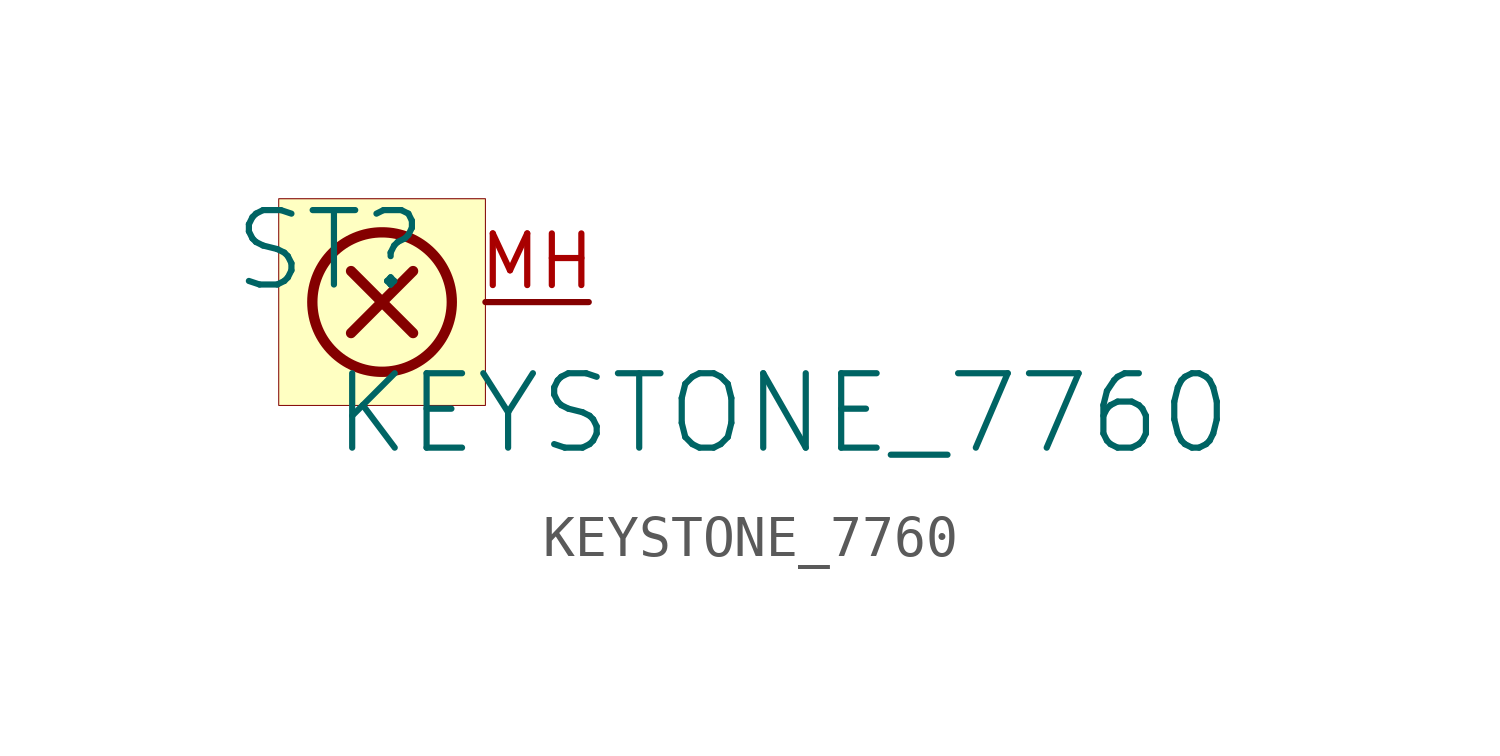
<source format=kicad_sym>
(kicad_symbol_lib
  (version 20231120)
  (generator "kicad_symbol_editor")
  (generator_version "8.0")
  (symbol "KEYSTONE_7760"
    (property "Reference" "ST"
      (at -1.27 1.27 0)
      (effects (font (size 1.829 1.829))))
    (property "Value" "KEYSTONE_7760"
      (at -1.27 -3.81 0)
      (effects (font (size 1.829 1.829)) (justify left bottom)))
    (symbol "KEYSTONE_7760_1_0"
      (polyline (pts (xy 0 0) (xy -0.762 -0.762)) (stroke (width 0.254) (type solid)) (fill (type none)))
      (polyline (pts (xy 0 0) (xy -0.762 0.762)) (stroke (width 0.254) (type solid)) (fill (type none)))
      (polyline (pts (xy 0 0) (xy 0.762 0.762)) (stroke (width 0.254) (type solid)) (fill (type none)))
      (polyline (pts (xy 0.762 -0.762) (xy 0 0)) (stroke (width 0.254) (type solid)) (fill (type none)))
      (circle (center 0 0) (radius 1.714) (stroke (width 0.254) (type solid)) (fill (type none)))
      (rectangle (start 2.54 2.54) (end -2.54 -2.54) (stroke (width 0.025) (type solid) (color 128 0 0 1)) (fill (type background)))
      (pin passive line (at 5.08 0 180) (length 2.54) (name "MH" (effects (font (size 0 0)))) (number "MH" (effects (font (size 1.27 1.27))))))))
</source>
